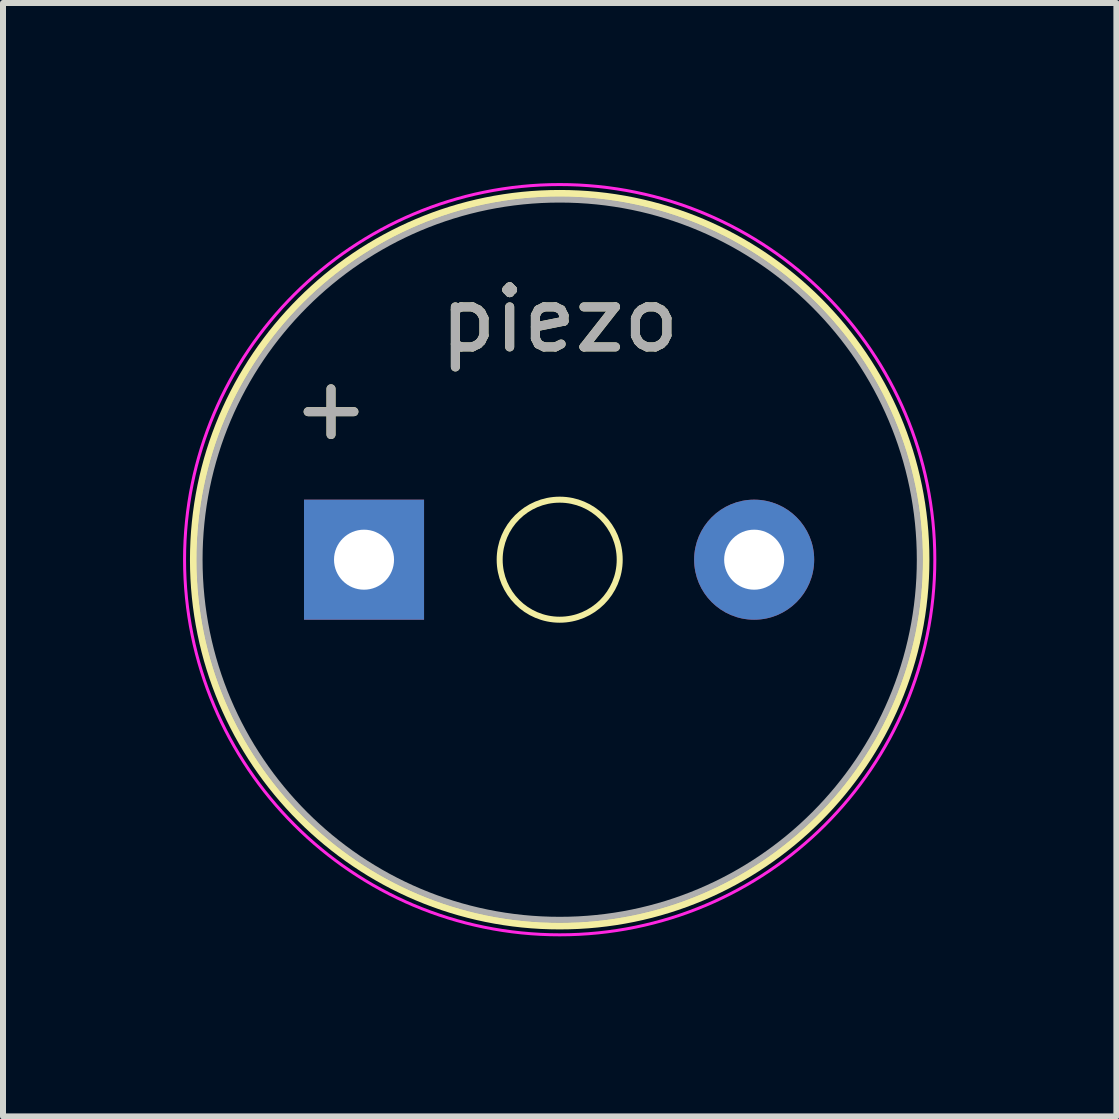
<source format=kicad_pcb>
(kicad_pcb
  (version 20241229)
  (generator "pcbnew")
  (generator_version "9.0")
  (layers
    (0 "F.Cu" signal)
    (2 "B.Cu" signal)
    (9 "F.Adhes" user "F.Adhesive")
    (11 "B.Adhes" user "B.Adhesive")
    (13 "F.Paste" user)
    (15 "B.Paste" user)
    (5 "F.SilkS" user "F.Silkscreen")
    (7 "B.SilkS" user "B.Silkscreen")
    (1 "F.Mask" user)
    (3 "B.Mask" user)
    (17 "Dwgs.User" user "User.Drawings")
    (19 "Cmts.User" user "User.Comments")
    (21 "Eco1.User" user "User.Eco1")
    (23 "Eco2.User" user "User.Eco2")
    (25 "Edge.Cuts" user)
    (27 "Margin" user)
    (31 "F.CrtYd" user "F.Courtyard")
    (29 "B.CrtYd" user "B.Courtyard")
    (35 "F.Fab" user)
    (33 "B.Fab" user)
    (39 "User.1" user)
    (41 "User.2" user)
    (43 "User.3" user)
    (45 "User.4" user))
  (footprint "piezo"
    (layer "F.Cu")
    (at 6.265 6.275)
    (property "Reference" "piezo" (at 0.01 -4 0) (layer "F.SilkS") (effects (font (size 1 1) (thickness 0.15))))
    (attr through_hole)
    (fp_circle (center 0.01 0) (end 1.01 0) (stroke (width 0.1) (type solid)) (fill no) (layer "F.SilkS"))
    (fp_circle (center 0.01 0) (end 6.11 0) (stroke (width 0.12) (type solid)) (fill no) (layer "F.SilkS"))
    (fp_circle (center 0.01 0) (end 6.26 0) (stroke (width 0.05) (type solid)) (fill no) (layer "F.CrtYd"))
    (fp_circle (center 0.01 0) (end 6.01 0) (stroke (width 0.1) (type solid)) (fill no) (layer "F.Fab"))
    (fp_text user "+" (at -3.8 -2.54 0) (layer "F.SilkS") (effects (font (size 1 1) (thickness 0.15))))
    (fp_text user "+" (at -3.8 -2.54 0) (layer "F.Fab") (effects (font (size 1 1) (thickness 0.15))))
    (fp_text user "${REFERENCE}" (at 0.01 -4 0) (layer "F.Fab") (effects (font (size 1 1) (thickness 0.15))))
    (pad "1" thru_hole rect (at -3.25 0) (size 2 2) (drill 1) (layers "*.Cu" "*.Mask"))
    (pad "2" thru_hole circle (at 3.25 0) (size 2 2) (drill 1) (layers "*.Cu" "*.Mask")))
  (gr_rect
    (start -3 -3)
    (end 15.55 15.55)
    (stroke (width 0.1) (type default))
    (fill no)
    (layer "Edge.Cuts")))
</source>
